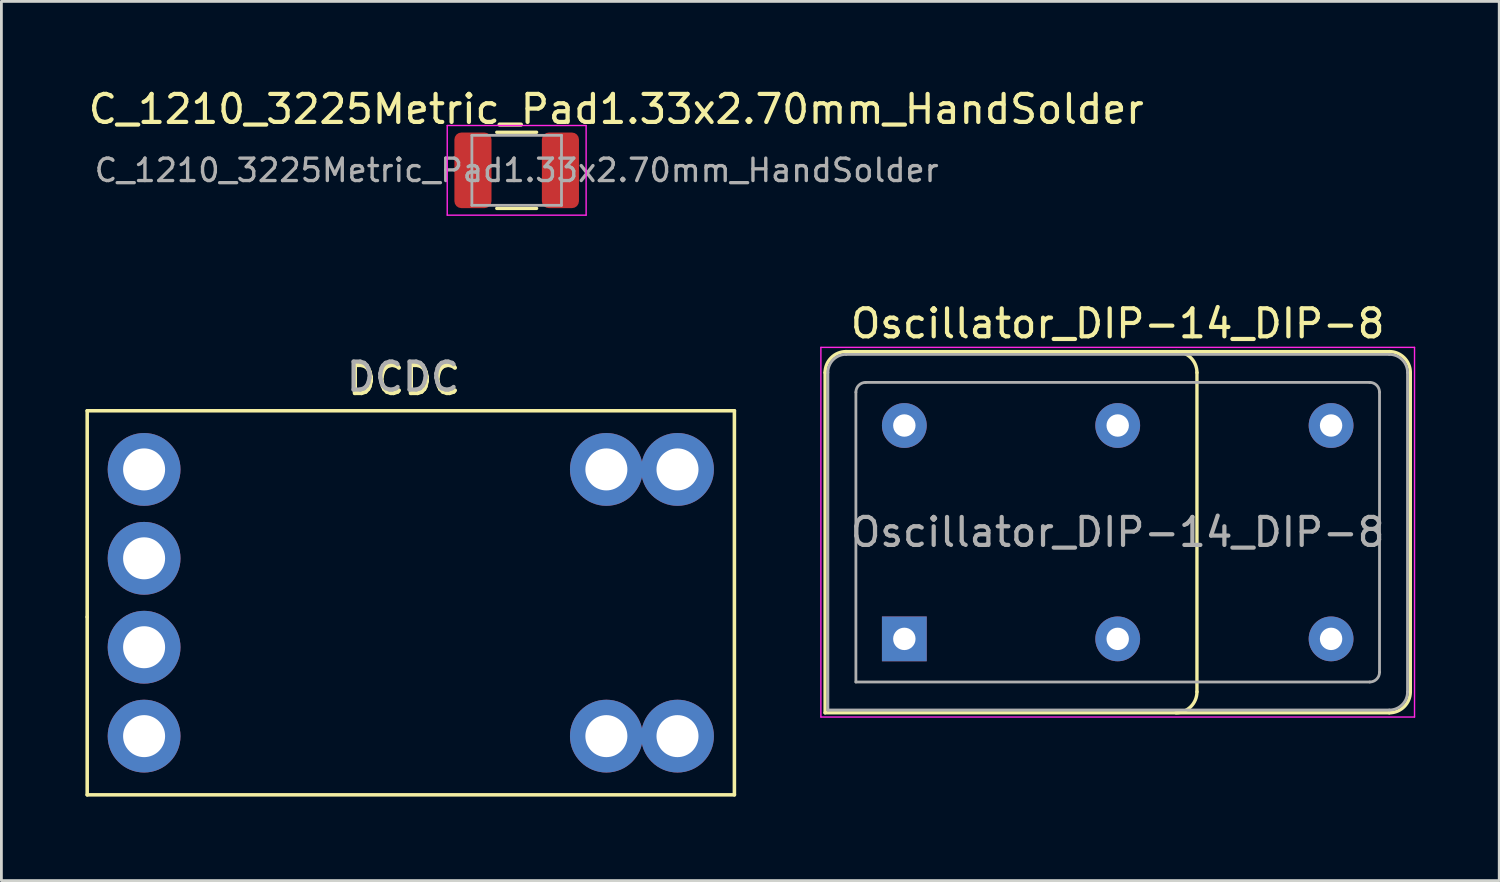
<source format=kicad_pcb>
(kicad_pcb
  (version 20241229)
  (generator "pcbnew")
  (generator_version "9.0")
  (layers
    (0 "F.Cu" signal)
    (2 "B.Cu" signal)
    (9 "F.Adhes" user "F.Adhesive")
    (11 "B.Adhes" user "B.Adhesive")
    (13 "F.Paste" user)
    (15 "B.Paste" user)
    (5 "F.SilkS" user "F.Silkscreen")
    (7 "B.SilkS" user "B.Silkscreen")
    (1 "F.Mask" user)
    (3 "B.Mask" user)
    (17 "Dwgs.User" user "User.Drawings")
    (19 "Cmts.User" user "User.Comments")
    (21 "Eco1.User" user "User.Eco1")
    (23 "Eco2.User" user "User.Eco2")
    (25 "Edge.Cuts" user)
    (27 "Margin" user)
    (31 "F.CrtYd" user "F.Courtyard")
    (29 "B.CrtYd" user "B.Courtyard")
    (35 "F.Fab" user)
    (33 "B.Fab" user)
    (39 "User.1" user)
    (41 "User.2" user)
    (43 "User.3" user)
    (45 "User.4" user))
  (footprint "C_1210_3225Metric_Pad1.33x2.70mm_HandSolder"
    (layer "F.Cu")
    (at 15.402 3.033)
    (property "Reference" "C_1210_3225Metric_Pad1.33x2.70mm_HandSolder" (at 3.556 -2.184 180) (layer "F.SilkS") (effects (font (size 1 1) (thickness 0.15))))
    (attr smd)
    (fp_line (start -0.711 -1.36) (end 0.711 -1.36) (stroke (width 0.12) (type solid)) (layer "F.SilkS"))
    (fp_line (start -0.711 1.36) (end 0.711 1.36) (stroke (width 0.12) (type solid)) (layer "F.SilkS"))
    (fp_line (start -2.48 -1.6) (end 2.48 -1.6) (stroke (width 0.05) (type solid)) (layer "F.CrtYd"))
    (fp_line (start -2.48 1.6) (end -2.48 -1.6) (stroke (width 0.05) (type solid)) (layer "F.CrtYd"))
    (fp_line (start 2.48 -1.6) (end 2.48 1.6) (stroke (width 0.05) (type solid)) (layer "F.CrtYd"))
    (fp_line (start 2.48 1.6) (end -2.48 1.6) (stroke (width 0.05) (type solid)) (layer "F.CrtYd"))
    (fp_line (start -1.6 -1.25) (end 1.6 -1.25) (stroke (width 0.1) (type solid)) (layer "F.Fab"))
    (fp_line (start -1.6 1.25) (end -1.6 -1.25) (stroke (width 0.1) (type solid)) (layer "F.Fab"))
    (fp_line (start 1.6 -1.25) (end 1.6 1.25) (stroke (width 0.1) (type solid)) (layer "F.Fab"))
    (fp_line (start 1.6 1.25) (end -1.6 1.25) (stroke (width 0.1) (type solid)) (layer "F.Fab"))
    (fp_text user "${REFERENCE}" (at 0 0 180) (layer "F.Fab") (effects (font (size 0.8 0.8) (thickness 0.12))))
    (pad "1" smd roundrect (at -1.562 0) (size 1.325 2.7) (layers "F.Cu" "F.Mask" "F.Paste") (roundrect_rratio 0.189))
    (pad "2" smd roundrect (at 1.562 0) (size 1.325 2.7) (layers "F.Cu" "F.Mask" "F.Paste") (roundrect_rratio 0.189)))
  (footprint "DCDC"
    (layer "F.Cu")
    (at 11.339 7.908)
    (property "Reference" "DCDC" (at 0.047 2.624 0) (unlocked yes) (layer "F.SilkS") (effects (font (size 1 1) (thickness 0.15))))
    (attr through_hole)
    (fp_line (start -11.275 3.711) (end 11.838 3.711) (stroke (width 0.127) (type solid)) (layer "F.SilkS"))
    (fp_line (start -11.275 11.076) (end -11.275 3.711) (stroke (width 0.127) (type solid)) (layer "F.SilkS"))
    (fp_line (start -11.275 11.076) (end -11.275 17.427) (stroke (width 0.127) (type solid)) (layer "F.SilkS"))
    (fp_line (start -11.275 17.427) (end 11.838 17.427) (stroke (width 0.127) (type solid)) (layer "F.SilkS"))
    (fp_line (start 11.838 17.427) (end 11.838 3.711) (stroke (width 0.127) (type solid)) (layer "F.SilkS"))
    (fp_text user "${REFERENCE}" (at 0 2.5 0) (unlocked yes) (layer "F.Fab") (effects (font (size 1 1) (thickness 0.15))))
    (pad "1" thru_hole circle (at -9.243 5.806) (size 2.6 2.6) (drill 1.5) (layers "*.Cu" "*.Mask"))
    (pad "2" thru_hole circle (at -9.243 8.981) (size 2.6 2.6) (drill 1.5) (layers "*.Cu" "*.Mask"))
    (pad "3" thru_hole circle (at -9.243 12.156) (size 2.6 2.6) (drill 1.5) (layers "*.Cu" "*.Mask"))
    (pad "4" thru_hole circle (at -9.243 15.331) (size 2.6 2.6) (drill 1.5) (layers "*.Cu" "*.Mask"))
    (pad "5" thru_hole circle (at 7.266 15.331) (size 2.6 2.6) (drill 1.5) (layers "*.Cu" "*.Mask"))
    (pad "5" thru_hole circle (at 9.806 15.331) (size 2.6 2.6) (drill 1.5) (layers "*.Cu" "*.Mask"))
    (pad "6" thru_hole circle (at 7.266 5.806) (size 2.6 2.6) (drill 1.5) (layers "*.Cu" "*.Mask"))
    (pad "6" thru_hole circle (at 9.806 5.806) (size 2.6 2.6) (drill 1.5) (layers "*.Cu" "*.Mask")))
  (footprint "Oscillator_DIP-14_DIP-8"
    (layer "F.Cu")
    (at 29.246 19.766)
    (property "Reference" "Oscillator_DIP-14_DIP-8" (at 7.62 -11.26 180) (layer "F.SilkS") (effects (font (size 1 1) (thickness 0.15))))
    (attr through_hole exclude_from_bom)
    (fp_line (start -2.83 -9.51) (end -2.83 2.64) (stroke (width 0.12) (type solid)) (layer "F.SilkS"))
    (fp_line (start -2.83 2.64) (end 17.32 2.64) (stroke (width 0.12) (type solid)) (layer "F.SilkS"))
    (fp_line (start 10.45 1.89) (end 10.45 -9.51) (stroke (width 0.12) (type solid)) (layer "F.SilkS"))
    (fp_line (start 17.32 -10.26) (end -2.08 -10.26) (stroke (width 0.12) (type solid)) (layer "F.SilkS"))
    (fp_line (start 18.07 1.89) (end 18.07 -9.51) (stroke (width 0.12) (type solid)) (layer "F.SilkS"))
    (fp_arc (start -2.83 -9.51) (mid -2.61033 -10.04033) (end -2.08 -10.26) (stroke (width 0.12) (type solid)) (layer "F.SilkS"))
    (fp_arc (start 9.7 -10.26) (mid 10.23033 -10.04033) (end 10.45 -9.51) (stroke (width 0.12) (type solid)) (layer "F.SilkS"))
    (fp_arc (start 10.45 1.89) (mid 10.23033 2.42033) (end 9.7 2.64) (stroke (width 0.12) (type solid)) (layer "F.SilkS"))
    (fp_arc (start 17.32 -10.26) (mid 17.85033 -10.04033) (end 18.07 -9.51) (stroke (width 0.12) (type solid)) (layer "F.SilkS"))
    (fp_arc (start 18.07 1.89) (mid 17.85033 2.42033) (end 17.32 2.64) (stroke (width 0.12) (type solid)) (layer "F.SilkS"))
    (fp_line (start -2.98 -10.41) (end -2.98 2.79) (stroke (width 0.05) (type solid)) (layer "F.CrtYd"))
    (fp_line (start -2.98 2.79) (end 18.22 2.79) (stroke (width 0.05) (type solid)) (layer "F.CrtYd"))
    (fp_line (start 18.22 -10.41) (end -2.98 -10.41) (stroke (width 0.05) (type solid)) (layer "F.CrtYd"))
    (fp_line (start 18.22 2.79) (end 18.22 -10.41) (stroke (width 0.05) (type solid)) (layer "F.CrtYd"))
    (fp_line (start -2.73 2.54) (end -2.73 -9.51) (stroke (width 0.1) (type solid)) (layer "F.Fab"))
    (fp_line (start -2.73 2.54) (end 17.32 2.54) (stroke (width 0.1) (type solid)) (layer "F.Fab"))
    (fp_line (start -2.08 -10.16) (end 17.32 -10.16) (stroke (width 0.1) (type solid)) (layer "F.Fab"))
    (fp_line (start -1.73 1.54) (end -1.73 -8.81) (stroke (width 0.1) (type solid)) (layer "F.Fab"))
    (fp_line (start -1.73 1.54) (end 16.62 1.54) (stroke (width 0.1) (type solid)) (layer "F.Fab"))
    (fp_line (start -1.38 -9.16) (end 16.62 -9.16) (stroke (width 0.1) (type solid)) (layer "F.Fab"))
    (fp_line (start 16.97 1.19) (end 16.97 -8.81) (stroke (width 0.1) (type solid)) (layer "F.Fab"))
    (fp_line (start 17.97 -9.51) (end 17.97 1.89) (stroke (width 0.1) (type solid)) (layer "F.Fab"))
    (fp_arc (start -2.73 -9.51) (mid -2.539619 -9.969619) (end -2.08 -10.16) (stroke (width 0.1) (type solid)) (layer "F.Fab"))
    (fp_arc (start -1.73 -8.81) (mid -1.627487 -9.057487) (end -1.38 -9.16) (stroke (width 0.1) (type solid)) (layer "F.Fab"))
    (fp_arc (start 16.62 -9.16) (mid 16.867487 -9.057487) (end 16.97 -8.81) (stroke (width 0.1) (type solid)) (layer "F.Fab"))
    (fp_arc (start 16.97 1.19) (mid 16.867487 1.437487) (end 16.62 1.54) (stroke (width 0.1) (type solid)) (layer "F.Fab"))
    (fp_arc (start 17.32 -10.16) (mid 17.779619 -9.969619) (end 17.97 -9.51) (stroke (width 0.1) (type solid)) (layer "F.Fab"))
    (fp_arc (start 17.97 1.89) (mid 17.779619 2.349619) (end 17.32 2.54) (stroke (width 0.1) (type solid)) (layer "F.Fab"))
    (fp_text user "${REFERENCE}" (at 7.62 -3.81 180) (layer "F.Fab") (effects (font (size 1 1) (thickness 0.15))))
    (pad "1" thru_hole rect (at 0 0) (size 1.6 1.6) (drill 0.8) (layers "*.Cu" "*.Mask"))
    (pad "4" thru_hole circle (at 7.62 0) (size 1.6 1.6) (drill 0.8) (layers "*.Cu" "*.Mask"))
    (pad "7" thru_hole circle (at 15.24 0) (size 1.6 1.6) (drill 0.8) (layers "*.Cu" "*.Mask"))
    (pad "8" thru_hole circle (at 15.24 -7.62) (size 1.6 1.6) (drill 0.8) (layers "*.Cu" "*.Mask"))
    (pad "11" thru_hole circle (at 7.62 -7.62) (size 1.6 1.6) (drill 0.8) (layers "*.Cu" "*.Mask"))
    (pad "14" thru_hole circle (at 0 -7.62) (size 1.6 1.6) (drill 0.8) (layers "*.Cu" "*.Mask")))
  (gr_rect
    (start -3 -3)
    (end 50.491 28.398)
    (stroke (width 0.1) (type default))
    (fill no)
    (layer "Edge.Cuts")))
</source>
